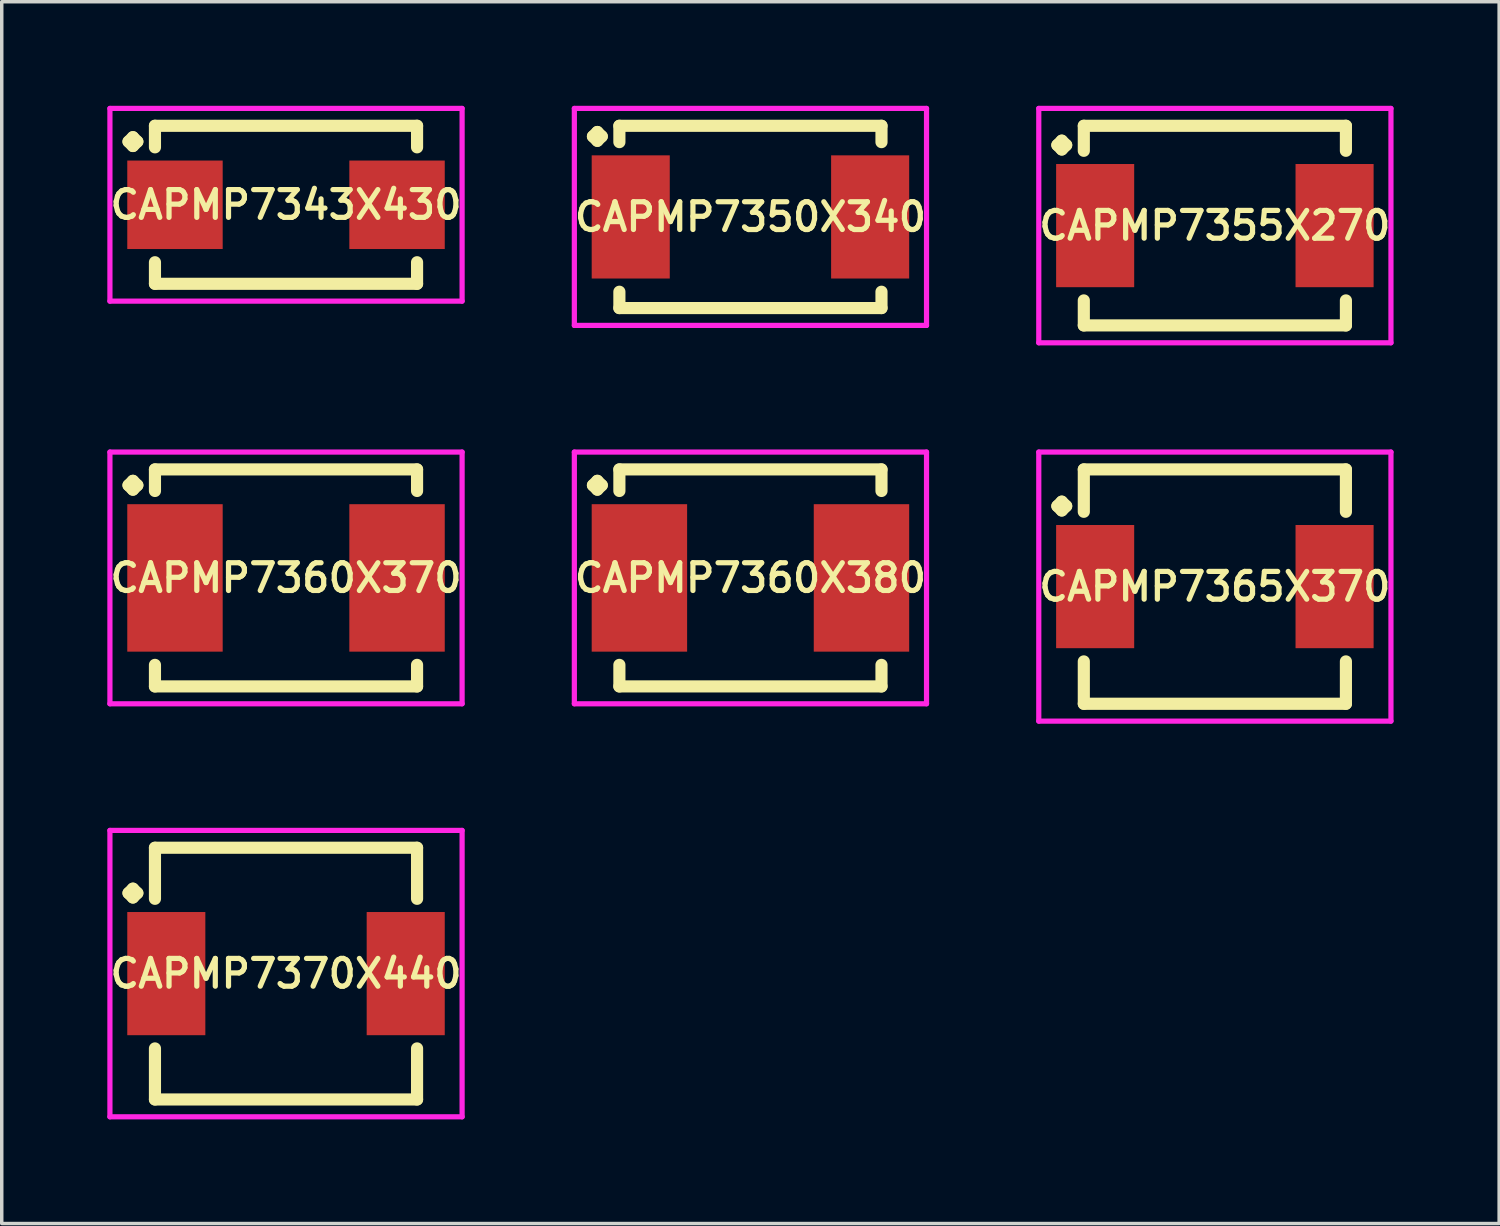
<source format=kicad_pcb>
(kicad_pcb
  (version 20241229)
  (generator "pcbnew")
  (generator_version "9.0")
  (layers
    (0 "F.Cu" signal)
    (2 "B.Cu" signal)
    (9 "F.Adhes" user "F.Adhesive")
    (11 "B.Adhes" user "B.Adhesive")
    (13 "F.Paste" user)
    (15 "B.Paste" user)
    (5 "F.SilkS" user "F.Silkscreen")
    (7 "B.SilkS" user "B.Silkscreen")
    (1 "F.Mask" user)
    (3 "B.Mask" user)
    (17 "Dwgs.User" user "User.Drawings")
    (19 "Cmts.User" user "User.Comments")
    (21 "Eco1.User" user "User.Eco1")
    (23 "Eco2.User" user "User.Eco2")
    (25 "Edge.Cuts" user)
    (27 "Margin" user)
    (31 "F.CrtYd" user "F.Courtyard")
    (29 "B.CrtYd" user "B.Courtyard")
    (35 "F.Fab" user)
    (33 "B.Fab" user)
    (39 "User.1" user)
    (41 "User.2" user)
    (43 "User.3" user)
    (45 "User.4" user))
  (footprint "CAPMP7370X440"
    (layer "F.Cu")
    (at 5.193 25.01)
    (property "Reference" "CAPMP7370X440" (at 0 0 0) (layer "F.SilkS") (effects (font (size 0.8 0.8) (thickness 0.15))))
    (attr smd)
    (fp_line (start -4.539 -2.321) (end -4.412 -2.448) (stroke (width 0.35) (type solid)) (layer "F.SilkS"))
    (fp_line (start -4.412 -2.448) (end -4.285 -2.321) (stroke (width 0.35) (type solid)) (layer "F.SilkS"))
    (fp_line (start -4.412 -2.194) (end -4.539 -2.321) (stroke (width 0.35) (type solid)) (layer "F.SilkS"))
    (fp_line (start -4.285 -2.321) (end -4.412 -2.194) (stroke (width 0.35) (type solid)) (layer "F.SilkS"))
    (fp_line (start -3.777 -3.627) (end 3.777 -3.627) (stroke (width 0.35) (type solid)) (layer "F.SilkS"))
    (fp_line (start -3.777 -2.156) (end -3.777 -3.627) (stroke (width 0.35) (type solid)) (layer "F.SilkS"))
    (fp_line (start -3.777 2.156) (end -3.777 3.627) (stroke (width 0.35) (type solid)) (layer "F.SilkS"))
    (fp_line (start -3.777 3.627) (end 3.777 3.627) (stroke (width 0.35) (type solid)) (layer "F.SilkS"))
    (fp_line (start 3.777 -3.627) (end 3.777 -2.156) (stroke (width 0.35) (type solid)) (layer "F.SilkS"))
    (fp_line (start 3.777 3.627) (end 3.777 2.156) (stroke (width 0.35) (type solid)) (layer "F.SilkS"))
    (fp_line (start -5.075 -4.127) (end 5.075 -4.127) (stroke (width 0.15) (type solid)) (layer "F.CrtYd"))
    (fp_line (start -5.075 4.127) (end -5.075 -4.127) (stroke (width 0.15) (type solid)) (layer "F.CrtYd"))
    (fp_line (start 5.075 -4.127) (end 5.075 4.127) (stroke (width 0.15) (type solid)) (layer "F.CrtYd"))
    (fp_line (start 5.075 4.127) (end -5.075 4.127) (stroke (width 0.15) (type solid)) (layer "F.CrtYd"))
    (pad "1" smd rect (at -3.45 0) (size 2.25 3.55) (layers "F.Cu" "F.Mask" "F.Paste"))
    (pad "2" smd rect (at 3.45 0) (size 2.25 3.55) (layers "F.Cu" "F.Mask" "F.Paste")))
  (footprint "CAPMP7355X270"
    (layer "F.Cu")
    (at 31.963 3.452)
    (property "Reference" "CAPMP7355X270" (at 0 0 0) (layer "F.SilkS") (effects (font (size 0.8 0.8) (thickness 0.15))))
    (attr smd)
    (fp_line (start -4.539 -2.321) (end -4.412 -2.448) (stroke (width 0.35) (type solid)) (layer "F.SilkS"))
    (fp_line (start -4.412 -2.448) (end -4.285 -2.321) (stroke (width 0.35) (type solid)) (layer "F.SilkS"))
    (fp_line (start -4.412 -2.194) (end -4.539 -2.321) (stroke (width 0.35) (type solid)) (layer "F.SilkS"))
    (fp_line (start -4.285 -2.321) (end -4.412 -2.194) (stroke (width 0.35) (type solid)) (layer "F.SilkS"))
    (fp_line (start -3.777 -2.877) (end 3.777 -2.877) (stroke (width 0.35) (type solid)) (layer "F.SilkS"))
    (fp_line (start -3.777 -2.156) (end -3.777 -2.877) (stroke (width 0.35) (type solid)) (layer "F.SilkS"))
    (fp_line (start -3.777 2.156) (end -3.777 2.877) (stroke (width 0.35) (type solid)) (layer "F.SilkS"))
    (fp_line (start -3.777 2.877) (end 3.777 2.877) (stroke (width 0.35) (type solid)) (layer "F.SilkS"))
    (fp_line (start 3.777 -2.877) (end 3.777 -2.156) (stroke (width 0.35) (type solid)) (layer "F.SilkS"))
    (fp_line (start 3.777 2.877) (end 3.777 2.156) (stroke (width 0.35) (type solid)) (layer "F.SilkS"))
    (fp_line (start -5.075 -3.377) (end 5.075 -3.377) (stroke (width 0.15) (type solid)) (layer "F.CrtYd"))
    (fp_line (start -5.075 3.377) (end -5.075 -3.377) (stroke (width 0.15) (type solid)) (layer "F.CrtYd"))
    (fp_line (start 5.075 -3.377) (end 5.075 3.377) (stroke (width 0.15) (type solid)) (layer "F.CrtYd"))
    (fp_line (start 5.075 3.377) (end -5.075 3.377) (stroke (width 0.15) (type solid)) (layer "F.CrtYd"))
    (pad "1" smd rect (at -3.45 0) (size 2.25 3.55) (layers "F.Cu" "F.Mask" "F.Paste"))
    (pad "2" smd rect (at 3.45 0) (size 2.25 3.55) (layers "F.Cu" "F.Mask" "F.Paste")))
  (footprint "CAPMP7365X370"
    (layer "F.Cu")
    (at 31.963 13.856)
    (property "Reference" "CAPMP7365X370" (at 0 0 0) (layer "F.SilkS") (effects (font (size 0.8 0.8) (thickness 0.15))))
    (attr smd)
    (fp_line (start -4.539 -2.321) (end -4.412 -2.448) (stroke (width 0.35) (type solid)) (layer "F.SilkS"))
    (fp_line (start -4.412 -2.448) (end -4.285 -2.321) (stroke (width 0.35) (type solid)) (layer "F.SilkS"))
    (fp_line (start -4.412 -2.194) (end -4.539 -2.321) (stroke (width 0.35) (type solid)) (layer "F.SilkS"))
    (fp_line (start -4.285 -2.321) (end -4.412 -2.194) (stroke (width 0.35) (type solid)) (layer "F.SilkS"))
    (fp_line (start -3.777 -3.377) (end 3.777 -3.377) (stroke (width 0.35) (type solid)) (layer "F.SilkS"))
    (fp_line (start -3.777 -2.156) (end -3.777 -3.377) (stroke (width 0.35) (type solid)) (layer "F.SilkS"))
    (fp_line (start -3.777 2.156) (end -3.777 3.377) (stroke (width 0.35) (type solid)) (layer "F.SilkS"))
    (fp_line (start -3.777 3.377) (end 3.777 3.377) (stroke (width 0.35) (type solid)) (layer "F.SilkS"))
    (fp_line (start 3.777 -3.377) (end 3.777 -2.156) (stroke (width 0.35) (type solid)) (layer "F.SilkS"))
    (fp_line (start 3.777 3.377) (end 3.777 2.156) (stroke (width 0.35) (type solid)) (layer "F.SilkS"))
    (fp_line (start -5.075 -3.877) (end 5.075 -3.877) (stroke (width 0.15) (type solid)) (layer "F.CrtYd"))
    (fp_line (start -5.075 3.877) (end -5.075 -3.877) (stroke (width 0.15) (type solid)) (layer "F.CrtYd"))
    (fp_line (start 5.075 -3.877) (end 5.075 3.877) (stroke (width 0.15) (type solid)) (layer "F.CrtYd"))
    (fp_line (start 5.075 3.877) (end -5.075 3.877) (stroke (width 0.15) (type solid)) (layer "F.CrtYd"))
    (pad "1" smd rect (at -3.45 0) (size 2.25 3.55) (layers "F.Cu" "F.Mask" "F.Paste"))
    (pad "2" smd rect (at 3.45 0) (size 2.25 3.55) (layers "F.Cu" "F.Mask" "F.Paste")))
  (footprint "CAPMP7343X430"
    (layer "F.Cu")
    (at 5.193 2.852)
    (property "Reference" "CAPMP7343X430" (at 0 0 0) (layer "F.SilkS") (effects (font (size 0.8 0.8) (thickness 0.15))))
    (attr smd)
    (fp_line (start -4.539 -1.821) (end -4.412 -1.948) (stroke (width 0.35) (type solid)) (layer "F.SilkS"))
    (fp_line (start -4.412 -1.948) (end -4.285 -1.821) (stroke (width 0.35) (type solid)) (layer "F.SilkS"))
    (fp_line (start -4.412 -1.694) (end -4.539 -1.821) (stroke (width 0.35) (type solid)) (layer "F.SilkS"))
    (fp_line (start -4.285 -1.821) (end -4.412 -1.694) (stroke (width 0.35) (type solid)) (layer "F.SilkS"))
    (fp_line (start -3.777 -2.277) (end 3.777 -2.277) (stroke (width 0.35) (type solid)) (layer "F.SilkS"))
    (fp_line (start -3.777 -1.656) (end -3.777 -2.277) (stroke (width 0.35) (type solid)) (layer "F.SilkS"))
    (fp_line (start -3.777 1.656) (end -3.777 2.277) (stroke (width 0.35) (type solid)) (layer "F.SilkS"))
    (fp_line (start -3.777 2.277) (end 3.777 2.277) (stroke (width 0.35) (type solid)) (layer "F.SilkS"))
    (fp_line (start 3.777 -2.277) (end 3.777 -1.656) (stroke (width 0.35) (type solid)) (layer "F.SilkS"))
    (fp_line (start 3.777 2.277) (end 3.777 1.656) (stroke (width 0.35) (type solid)) (layer "F.SilkS"))
    (fp_line (start -5.075 -2.777) (end 5.075 -2.777) (stroke (width 0.15) (type solid)) (layer "F.CrtYd"))
    (fp_line (start -5.075 2.777) (end -5.075 -2.777) (stroke (width 0.15) (type solid)) (layer "F.CrtYd"))
    (fp_line (start 5.075 -2.777) (end 5.075 2.777) (stroke (width 0.15) (type solid)) (layer "F.CrtYd"))
    (fp_line (start 5.075 2.777) (end -5.075 2.777) (stroke (width 0.15) (type solid)) (layer "F.CrtYd"))
    (pad "1" smd rect (at -3.2 0) (size 2.75 2.55) (layers "F.Cu" "F.Mask" "F.Paste"))
    (pad "2" smd rect (at 3.2 0) (size 2.75 2.55) (layers "F.Cu" "F.Mask" "F.Paste")))
  (footprint "CAPMP7350X340"
    (layer "F.Cu")
    (at 18.578 3.202)
    (property "Reference" "CAPMP7350X340" (at 0 0 0) (layer "F.SilkS") (effects (font (size 0.8 0.8) (thickness 0.15))))
    (attr smd)
    (fp_line (start -4.539 -2.321) (end -4.412 -2.448) (stroke (width 0.35) (type solid)) (layer "F.SilkS"))
    (fp_line (start -4.412 -2.448) (end -4.285 -2.321) (stroke (width 0.35) (type solid)) (layer "F.SilkS"))
    (fp_line (start -4.412 -2.194) (end -4.539 -2.321) (stroke (width 0.35) (type solid)) (layer "F.SilkS"))
    (fp_line (start -4.285 -2.321) (end -4.412 -2.194) (stroke (width 0.35) (type solid)) (layer "F.SilkS"))
    (fp_line (start -3.777 -2.627) (end 3.777 -2.627) (stroke (width 0.35) (type solid)) (layer "F.SilkS"))
    (fp_line (start -3.777 -2.156) (end -3.777 -2.627) (stroke (width 0.35) (type solid)) (layer "F.SilkS"))
    (fp_line (start -3.777 2.156) (end -3.777 2.627) (stroke (width 0.35) (type solid)) (layer "F.SilkS"))
    (fp_line (start -3.777 2.627) (end 3.777 2.627) (stroke (width 0.35) (type solid)) (layer "F.SilkS"))
    (fp_line (start 3.777 -2.627) (end 3.777 -2.156) (stroke (width 0.35) (type solid)) (layer "F.SilkS"))
    (fp_line (start 3.777 2.627) (end 3.777 2.156) (stroke (width 0.35) (type solid)) (layer "F.SilkS"))
    (fp_line (start -5.075 -3.127) (end 5.075 -3.127) (stroke (width 0.15) (type solid)) (layer "F.CrtYd"))
    (fp_line (start -5.075 3.127) (end -5.075 -3.127) (stroke (width 0.15) (type solid)) (layer "F.CrtYd"))
    (fp_line (start 5.075 -3.127) (end 5.075 3.127) (stroke (width 0.15) (type solid)) (layer "F.CrtYd"))
    (fp_line (start 5.075 3.127) (end -5.075 3.127) (stroke (width 0.15) (type solid)) (layer "F.CrtYd"))
    (pad "1" smd rect (at -3.45 0) (size 2.25 3.55) (layers "F.Cu" "F.Mask" "F.Paste"))
    (pad "2" smd rect (at 3.45 0) (size 2.25 3.55) (layers "F.Cu" "F.Mask" "F.Paste")))
  (footprint "CAPMP7360X380"
    (layer "F.Cu")
    (at 18.578 13.606)
    (property "Reference" "CAPMP7360X380" (at 0 0 0) (layer "F.SilkS") (effects (font (size 0.8 0.8) (thickness 0.15))))
    (attr smd)
    (fp_line (start -4.539 -2.671) (end -4.412 -2.798) (stroke (width 0.35) (type solid)) (layer "F.SilkS"))
    (fp_line (start -4.412 -2.798) (end -4.285 -2.671) (stroke (width 0.35) (type solid)) (layer "F.SilkS"))
    (fp_line (start -4.412 -2.544) (end -4.539 -2.671) (stroke (width 0.35) (type solid)) (layer "F.SilkS"))
    (fp_line (start -4.285 -2.671) (end -4.412 -2.544) (stroke (width 0.35) (type solid)) (layer "F.SilkS"))
    (fp_line (start -3.777 -3.127) (end 3.777 -3.127) (stroke (width 0.35) (type solid)) (layer "F.SilkS"))
    (fp_line (start -3.777 -2.506) (end -3.777 -3.127) (stroke (width 0.35) (type solid)) (layer "F.SilkS"))
    (fp_line (start -3.777 2.506) (end -3.777 3.127) (stroke (width 0.35) (type solid)) (layer "F.SilkS"))
    (fp_line (start -3.777 3.127) (end 3.777 3.127) (stroke (width 0.35) (type solid)) (layer "F.SilkS"))
    (fp_line (start 3.777 -3.127) (end 3.777 -2.506) (stroke (width 0.35) (type solid)) (layer "F.SilkS"))
    (fp_line (start 3.777 3.127) (end 3.777 2.506) (stroke (width 0.35) (type solid)) (layer "F.SilkS"))
    (fp_line (start -5.075 -3.627) (end 5.075 -3.627) (stroke (width 0.15) (type solid)) (layer "F.CrtYd"))
    (fp_line (start -5.075 3.627) (end -5.075 -3.627) (stroke (width 0.15) (type solid)) (layer "F.CrtYd"))
    (fp_line (start 5.075 -3.627) (end 5.075 3.627) (stroke (width 0.15) (type solid)) (layer "F.CrtYd"))
    (fp_line (start 5.075 3.627) (end -5.075 3.627) (stroke (width 0.15) (type solid)) (layer "F.CrtYd"))
    (pad "1" smd rect (at -3.2 0) (size 2.75 4.25) (layers "F.Cu" "F.Mask" "F.Paste"))
    (pad "2" smd rect (at 3.2 0) (size 2.75 4.25) (layers "F.Cu" "F.Mask" "F.Paste")))
  (footprint "CAPMP7360X370"
    (layer "F.Cu")
    (at 5.193 13.606)
    (property "Reference" "CAPMP7360X370" (at 0 0 0) (layer "F.SilkS") (effects (font (size 0.8 0.8) (thickness 0.15))))
    (attr smd)
    (fp_line (start -4.539 -2.671) (end -4.412 -2.798) (stroke (width 0.35) (type solid)) (layer "F.SilkS"))
    (fp_line (start -4.412 -2.798) (end -4.285 -2.671) (stroke (width 0.35) (type solid)) (layer "F.SilkS"))
    (fp_line (start -4.412 -2.544) (end -4.539 -2.671) (stroke (width 0.35) (type solid)) (layer "F.SilkS"))
    (fp_line (start -4.285 -2.671) (end -4.412 -2.544) (stroke (width 0.35) (type solid)) (layer "F.SilkS"))
    (fp_line (start -3.777 -3.127) (end 3.777 -3.127) (stroke (width 0.35) (type solid)) (layer "F.SilkS"))
    (fp_line (start -3.777 -2.506) (end -3.777 -3.127) (stroke (width 0.35) (type solid)) (layer "F.SilkS"))
    (fp_line (start -3.777 2.506) (end -3.777 3.127) (stroke (width 0.35) (type solid)) (layer "F.SilkS"))
    (fp_line (start -3.777 3.127) (end 3.777 3.127) (stroke (width 0.35) (type solid)) (layer "F.SilkS"))
    (fp_line (start 3.777 -3.127) (end 3.777 -2.506) (stroke (width 0.35) (type solid)) (layer "F.SilkS"))
    (fp_line (start 3.777 3.127) (end 3.777 2.506) (stroke (width 0.35) (type solid)) (layer "F.SilkS"))
    (fp_line (start -5.075 -3.627) (end 5.075 -3.627) (stroke (width 0.15) (type solid)) (layer "F.CrtYd"))
    (fp_line (start -5.075 3.627) (end -5.075 -3.627) (stroke (width 0.15) (type solid)) (layer "F.CrtYd"))
    (fp_line (start 5.075 -3.627) (end 5.075 3.627) (stroke (width 0.15) (type solid)) (layer "F.CrtYd"))
    (fp_line (start 5.075 3.627) (end -5.075 3.627) (stroke (width 0.15) (type solid)) (layer "F.CrtYd"))
    (pad "1" smd rect (at -3.2 0) (size 2.75 4.25) (layers "F.Cu" "F.Mask" "F.Paste"))
    (pad "2" smd rect (at 3.2 0) (size 2.75 4.25) (layers "F.Cu" "F.Mask" "F.Paste")))
  (gr_rect
    (start -3 -3)
    (end 40.156 32.212)
    (stroke (width 0.1) (type default))
    (fill no)
    (layer "Edge.Cuts")))
</source>
